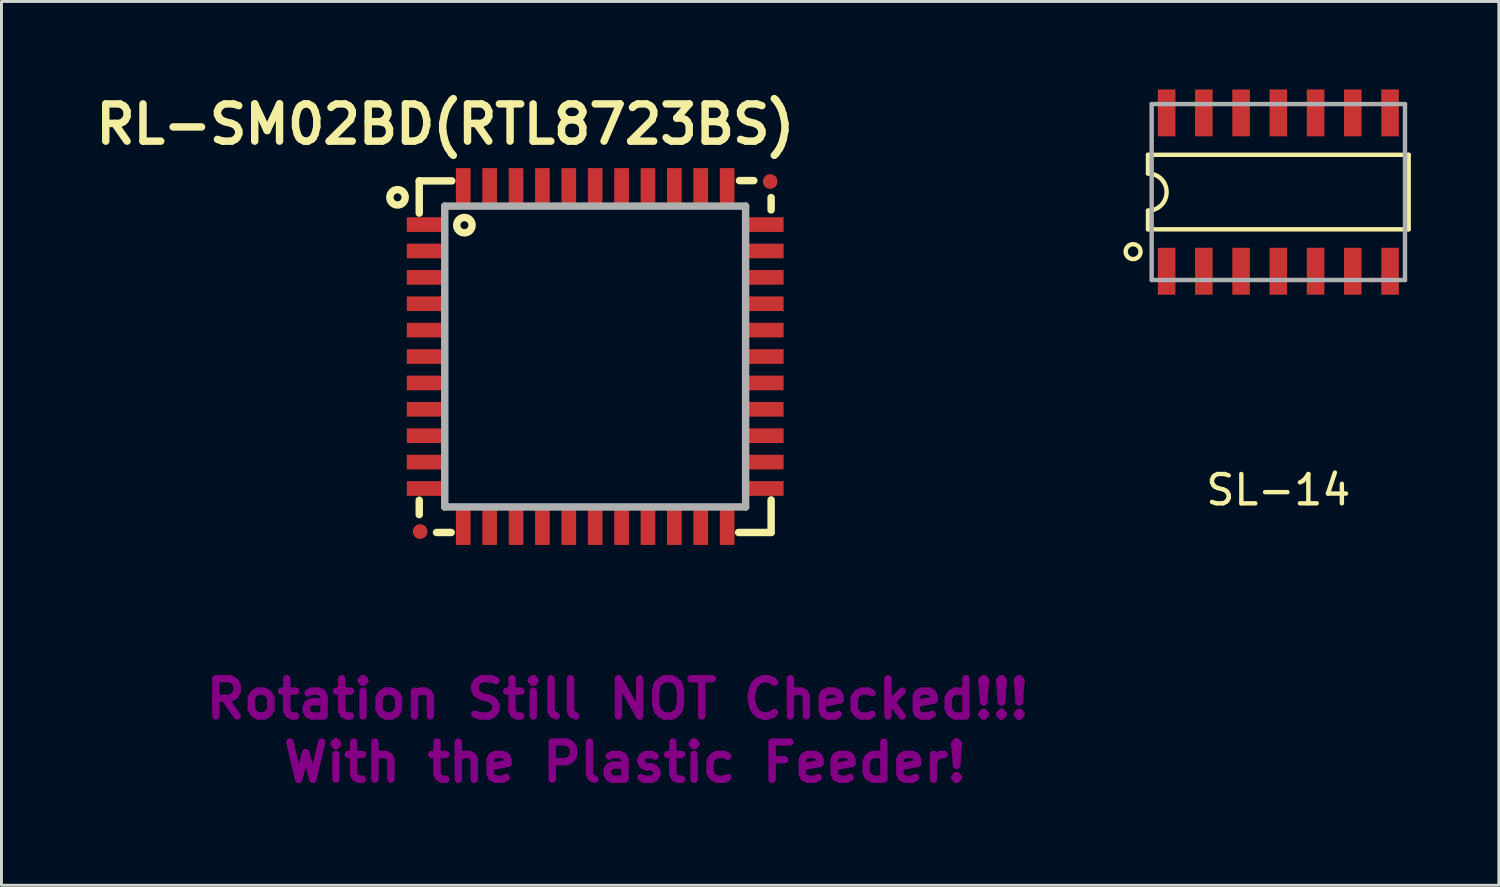
<source format=kicad_pcb>
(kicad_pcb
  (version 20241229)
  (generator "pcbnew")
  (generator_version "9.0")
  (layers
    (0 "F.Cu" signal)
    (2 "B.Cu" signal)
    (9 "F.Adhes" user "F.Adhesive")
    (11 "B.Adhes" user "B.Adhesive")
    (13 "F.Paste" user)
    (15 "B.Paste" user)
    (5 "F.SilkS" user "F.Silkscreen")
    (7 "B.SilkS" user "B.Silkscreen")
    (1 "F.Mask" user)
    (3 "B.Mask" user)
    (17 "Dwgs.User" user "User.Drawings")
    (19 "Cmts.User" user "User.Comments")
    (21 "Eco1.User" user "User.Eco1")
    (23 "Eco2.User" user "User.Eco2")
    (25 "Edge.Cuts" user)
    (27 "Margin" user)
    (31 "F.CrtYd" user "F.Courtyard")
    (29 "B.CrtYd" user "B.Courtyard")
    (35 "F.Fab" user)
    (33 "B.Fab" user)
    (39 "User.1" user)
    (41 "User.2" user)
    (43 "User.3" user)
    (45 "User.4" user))
  (footprint "SL-14"
    (layer "F.Cu")
    (at 40.546 3.5)
    (property "Reference" "SL-14" (at 0 10.16 0) (layer "F.SilkS") (effects (font (size 1 1) (thickness 0.15))))
    (attr smd)
    (fp_line (start -4.445 -1.27) (end -4.445 -0.635) (stroke (width 0.15) (type solid)) (layer "F.SilkS"))
    (fp_line (start -4.445 -1.27) (end 4.445 -1.27) (stroke (width 0.15) (type solid)) (layer "F.SilkS"))
    (fp_line (start -4.445 1.27) (end -4.445 0.635) (stroke (width 0.15) (type solid)) (layer "F.SilkS"))
    (fp_line (start 4.445 -1.27) (end 4.445 1.27) (stroke (width 0.15) (type solid)) (layer "F.SilkS"))
    (fp_line (start 4.445 1.27) (end -4.445 1.27) (stroke (width 0.15) (type solid)) (layer "F.SilkS"))
    (fp_arc (start -4.445 -0.635) (mid -3.81 0) (end -4.445 0.635) (stroke (width 0.15) (type solid)) (layer "F.SilkS"))
    (fp_circle (center -4.953 2.032) (end -4.953 1.778) (stroke (width 0.15) (type solid)) (fill no) (layer "F.SilkS"))
    (fp_line (start -4.32 -3) (end 4.32 -3) (stroke (width 0.15) (type solid)) (layer "F.Fab"))
    (fp_line (start -4.32 3) (end -4.32 -3) (stroke (width 0.15) (type solid)) (layer "F.Fab"))
    (fp_line (start 4.32 -3) (end 4.32 3) (stroke (width 0.15) (type solid)) (layer "F.Fab"))
    (fp_line (start 4.32 3) (end -4.32 3) (stroke (width 0.15) (type solid)) (layer "F.Fab"))
    (pad "1" smd rect (at -3.81 2.7) (size 0.6 1.6) (layers "F.Cu" "F.Mask" "F.Paste"))
    (pad "2" smd rect (at -2.54 2.7) (size 0.6 1.6) (layers "F.Cu" "F.Mask" "F.Paste"))
    (pad "3" smd rect (at -1.27 2.7) (size 0.6 1.6) (layers "F.Cu" "F.Mask" "F.Paste"))
    (pad "4" smd rect (at 0 2.7) (size 0.6 1.6) (layers "F.Cu" "F.Mask" "F.Paste"))
    (pad "5" smd rect (at 1.27 2.7) (size 0.6 1.6) (layers "F.Cu" "F.Mask" "F.Paste"))
    (pad "6" smd rect (at 2.54 2.7) (size 0.6 1.6) (layers "F.Cu" "F.Mask" "F.Paste"))
    (pad "7" smd rect (at 3.81 2.7) (size 0.6 1.6) (layers "F.Cu" "F.Mask" "F.Paste"))
    (pad "8" smd rect (at 3.81 -2.7) (size 0.6 1.6) (layers "F.Cu" "F.Mask" "F.Paste"))
    (pad "9" smd rect (at 2.54 -2.7) (size 0.6 1.6) (layers "F.Cu" "F.Mask" "F.Paste"))
    (pad "10" smd rect (at 1.27 -2.7) (size 0.6 1.6) (layers "F.Cu" "F.Mask" "F.Paste"))
    (pad "11" smd rect (at 0 -2.7) (size 0.6 1.6) (layers "F.Cu" "F.Mask" "F.Paste"))
    (pad "12" smd rect (at -1.27 -2.7) (size 0.6 1.6) (layers "F.Cu" "F.Mask" "F.Paste"))
    (pad "13" smd rect (at -2.54 -2.7) (size 0.6 1.6) (layers "F.Cu" "F.Mask" "F.Paste"))
    (pad "14" smd rect (at -3.81 -2.7) (size 0.6 1.6) (layers "F.Cu" "F.Mask" "F.Paste")))
  (footprint "RL-SM02BD(RTL8723BS)"
    (layer "F.Cu")
    (at 17.248 9.109)
    (property "Reference" "RL-SM02BD(RTL8723BS)" (at -5.11 -7.92 0) (layer "F.SilkS") (effects (font (size 1.27 1.27) (thickness 0.254))))
    (attr smd)
    (fp_line (start -6 -5.99) (end -6 -4.89) (stroke (width 0.254) (type solid)) (layer "F.SilkS"))
    (fp_line (start -6 -5.99) (end -4.89 -5.99) (stroke (width 0.254) (type solid)) (layer "F.SilkS"))
    (fp_line (start -6 4.9) (end -6 5.39) (stroke (width 0.254) (type solid)) (layer "F.SilkS"))
    (fp_line (start -5.41 6) (end -4.91 6) (stroke (width 0.254) (type solid)) (layer "F.SilkS"))
    (fp_line (start 4.92 -6) (end 5.41 -6) (stroke (width 0.254) (type solid)) (layer "F.SilkS"))
    (fp_line (start 6 -5) (end 6 -5.42) (stroke (width 0.254) (type solid)) (layer "F.SilkS"))
    (fp_line (start 6 6) (end 4.89 6) (stroke (width 0.254) (type solid)) (layer "F.SilkS"))
    (fp_line (start 6 6) (end 6 4.89) (stroke (width 0.254) (type solid)) (layer "F.SilkS"))
    (fp_circle (center -6.74 -5.43) (end -6.49 -5.51) (stroke (width 0.254) (type solid)) (fill no) (layer "F.SilkS"))
    (fp_circle (center -4.46 -4.48) (end -4.21 -4.56) (stroke (width 0.254) (type solid)) (fill no) (layer "F.SilkS"))
    (fp_line (start -5.13 -5.13) (end 5.13 -5.13) (stroke (width 0.254) (type solid)) (layer "F.Fab"))
    (fp_line (start -5.13 5.13) (end -5.13 -5.13) (stroke (width 0.254) (type solid)) (layer "F.Fab"))
    (fp_line (start 5.13 -5.13) (end 5.13 5.13) (stroke (width 0.254) (type solid)) (layer "F.Fab"))
    (fp_line (start 5.13 5.13) (end -5.13 5.13) (stroke (width 0.254) (type solid)) (layer "F.Fab"))
    (fp_text user "With the Plastic Feeder!" (at 1.016 13.843 0) (layer "F.Adhes") (effects (font (size 1.27 1.27) (thickness 0.254))))
    (fp_text user "Rotation Still NOT Checked!!!" (at 0.762 11.684 0) (layer "F.Adhes") (effects (font (size 1.27 1.27) (thickness 0.254))))
    (pad "1" smd rect (at -5.775 -4.5) (size 1.3 0.5) (layers "F.Cu" "F.Mask" "F.Paste"))
    (pad "2" smd rect (at -5.775 -3.6) (size 1.3 0.5) (layers "F.Cu" "F.Mask" "F.Paste"))
    (pad "3" smd rect (at -5.775 -2.7) (size 1.3 0.5) (layers "F.Cu" "F.Mask" "F.Paste"))
    (pad "4" smd rect (at -5.775 -1.8) (size 1.3 0.5) (layers "F.Cu" "F.Mask" "F.Paste"))
    (pad "5" smd rect (at -5.775 -0.9) (size 1.3 0.5) (layers "F.Cu" "F.Mask" "F.Paste"))
    (pad "6" smd rect (at -5.775 0) (size 1.3 0.5) (layers "F.Cu" "F.Mask" "F.Paste"))
    (pad "7" smd rect (at -5.775 0.9) (size 1.3 0.5) (layers "F.Cu" "F.Mask" "F.Paste"))
    (pad "8" smd rect (at -5.775 1.8) (size 1.3 0.5) (layers "F.Cu" "F.Mask" "F.Paste"))
    (pad "9" smd rect (at -5.775 2.7) (size 1.3 0.5) (layers "F.Cu" "F.Mask" "F.Paste"))
    (pad "10" smd rect (at -5.775 3.6) (size 1.3 0.5) (layers "F.Cu" "F.Mask" "F.Paste"))
    (pad "11" smd rect (at -5.775 4.5) (size 1.3 0.5) (layers "F.Cu" "F.Mask" "F.Paste"))
    (pad "12" smd rect (at -4.5 5.775 90) (size 1.3 0.5) (layers "F.Cu" "F.Mask" "F.Paste"))
    (pad "13" smd rect (at -3.6 5.775 90) (size 1.3 0.5) (layers "F.Cu" "F.Mask" "F.Paste"))
    (pad "14" smd rect (at -2.7 5.775 90) (size 1.3 0.5) (layers "F.Cu" "F.Mask" "F.Paste"))
    (pad "15" smd rect (at -1.8 5.775 90) (size 1.3 0.5) (layers "F.Cu" "F.Mask" "F.Paste"))
    (pad "16" smd rect (at -0.9 5.775 90) (size 1.3 0.5) (layers "F.Cu" "F.Mask" "F.Paste"))
    (pad "17" smd rect (at 0 5.775 90) (size 1.3 0.5) (layers "F.Cu" "F.Mask" "F.Paste"))
    (pad "18" smd rect (at 0.9 5.775 90) (size 1.3 0.5) (layers "F.Cu" "F.Mask" "F.Paste"))
    (pad "19" smd rect (at 1.8 5.775 90) (size 1.3 0.5) (layers "F.Cu" "F.Mask" "F.Paste"))
    (pad "20" smd rect (at 2.7 5.775 90) (size 1.3 0.5) (layers "F.Cu" "F.Mask" "F.Paste"))
    (pad "21" smd rect (at 3.6 5.775 90) (size 1.3 0.5) (layers "F.Cu" "F.Mask" "F.Paste"))
    (pad "22" smd rect (at 4.5 5.775 90) (size 1.3 0.5) (layers "F.Cu" "F.Mask" "F.Paste"))
    (pad "23" smd rect (at 5.775 4.5 180) (size 1.3 0.5) (layers "F.Cu" "F.Mask" "F.Paste"))
    (pad "24" smd rect (at 5.775 3.6 180) (size 1.3 0.5) (layers "F.Cu" "F.Mask" "F.Paste"))
    (pad "25" smd rect (at 5.775 2.7 180) (size 1.3 0.5) (layers "F.Cu" "F.Mask" "F.Paste"))
    (pad "26" smd rect (at 5.775 1.8 180) (size 1.3 0.5) (layers "F.Cu" "F.Mask" "F.Paste"))
    (pad "27" smd rect (at 5.775 0.9 180) (size 1.3 0.5) (layers "F.Cu" "F.Mask" "F.Paste"))
    (pad "28" smd rect (at 5.775 0 180) (size 1.3 0.5) (layers "F.Cu" "F.Mask" "F.Paste"))
    (pad "29" smd rect (at 5.775 -0.9 180) (size 1.3 0.5) (layers "F.Cu" "F.Mask" "F.Paste"))
    (pad "30" smd rect (at 5.775 -1.8 180) (size 1.3 0.5) (layers "F.Cu" "F.Mask" "F.Paste"))
    (pad "31" smd rect (at 5.775 -2.7 180) (size 1.3 0.5) (layers "F.Cu" "F.Mask" "F.Paste"))
    (pad "32" smd rect (at 5.775 -3.6 180) (size 1.3 0.5) (layers "F.Cu" "F.Mask" "F.Paste"))
    (pad "33" smd rect (at 5.775 -4.5 180) (size 1.3 0.5) (layers "F.Cu" "F.Mask" "F.Paste"))
    (pad "34" smd rect (at 4.5 -5.775 270) (size 1.3 0.5) (layers "F.Cu" "F.Mask" "F.Paste"))
    (pad "35" smd rect (at 3.6 -5.775 270) (size 1.3 0.5) (layers "F.Cu" "F.Mask" "F.Paste"))
    (pad "36" smd rect (at 2.7 -5.775 270) (size 1.3 0.5) (layers "F.Cu" "F.Mask" "F.Paste"))
    (pad "37" smd rect (at 1.8 -5.775 270) (size 1.3 0.5) (layers "F.Cu" "F.Mask" "F.Paste"))
    (pad "38" smd rect (at 0.9 -5.775 270) (size 1.3 0.5) (layers "F.Cu" "F.Mask" "F.Paste"))
    (pad "39" smd rect (at 0 -5.775 270) (size 1.3 0.5) (layers "F.Cu" "F.Mask" "F.Paste"))
    (pad "40" smd rect (at -0.9 -5.775 270) (size 1.3 0.5) (layers "F.Cu" "F.Mask" "F.Paste"))
    (pad "41" smd rect (at -1.8 -5.775 270) (size 1.3 0.5) (layers "F.Cu" "F.Mask" "F.Paste"))
    (pad "42" smd rect (at -2.7 -5.775 270) (size 1.3 0.5) (layers "F.Cu" "F.Mask" "F.Paste"))
    (pad "43" smd rect (at -3.6 -5.775 270) (size 1.3 0.5) (layers "F.Cu" "F.Mask" "F.Paste"))
    (pad "44" smd rect (at -4.5 -5.775 270) (size 1.3 0.5) (layers "F.Cu" "F.Mask" "F.Paste"))
    (pad "FID1" smd circle (at -5.969 5.969 270) (size 0.5 0.5) (layers "F.Cu" "F.Mask"))
    (pad "FID2" smd circle (at 5.969 -5.969 270) (size 0.5 0.5) (layers "F.Cu" "F.Mask")))
  (gr_rect
    (start -3 -3)
    (end 48.066 27.14)
    (stroke (width 0.1) (type default))
    (fill no)
    (layer "Edge.Cuts")))
</source>
